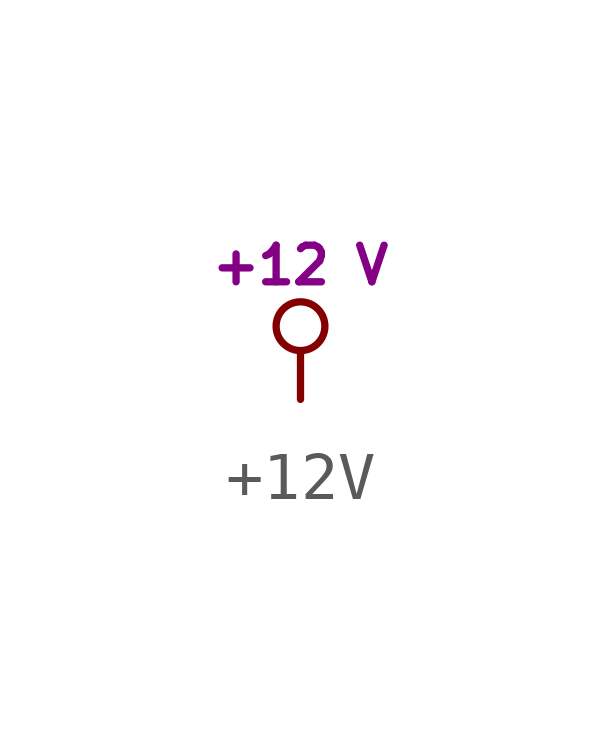
<source format=kicad_sym>
(kicad_symbol_lib
  (version 20211014)
  (generator kicad_symbol_editor)
  (symbol "+12V"
    (power)
    (pin_numbers hide)
    (pin_names
      (offset 0))
    (property "Reference" "#PWR"
      (at 0 3.556 0)
      (effects (font (size 0.508 0.508)) hide))
    (property "Footprint" ""
      (at 0 0 0)
      (effects (font (size 1.524 1.524))))
    (property "Datasheet" ""
      (at 0 3.556 0)
      (effects (font (size 1.524 1.524))))
    (property "Unit" "+12 V"
      (at 0 2.794 0)
      (effects (font (size 0.762 0.762))))
    (symbol "+12V_0_0"
      (polyline (pts (xy 0 0) (xy 0 1.016) (xy 0 1.016)) (stroke (width 0) (type default) (color 0 0 0 0)) (fill (type none)))
      (pin power_in line (at 0 0 90) (length 0) hide (name "+12V" (effects (font (size 0.635 0.635)))) (number "1" (effects (font (size 0.635 0.635))))))
    (symbol "+12V_0_1"
      (circle (center 0 1.524) (radius 0.508) (stroke (width 0) (type default) (color 0 0 0 0)) (fill (type none))))))
</source>
